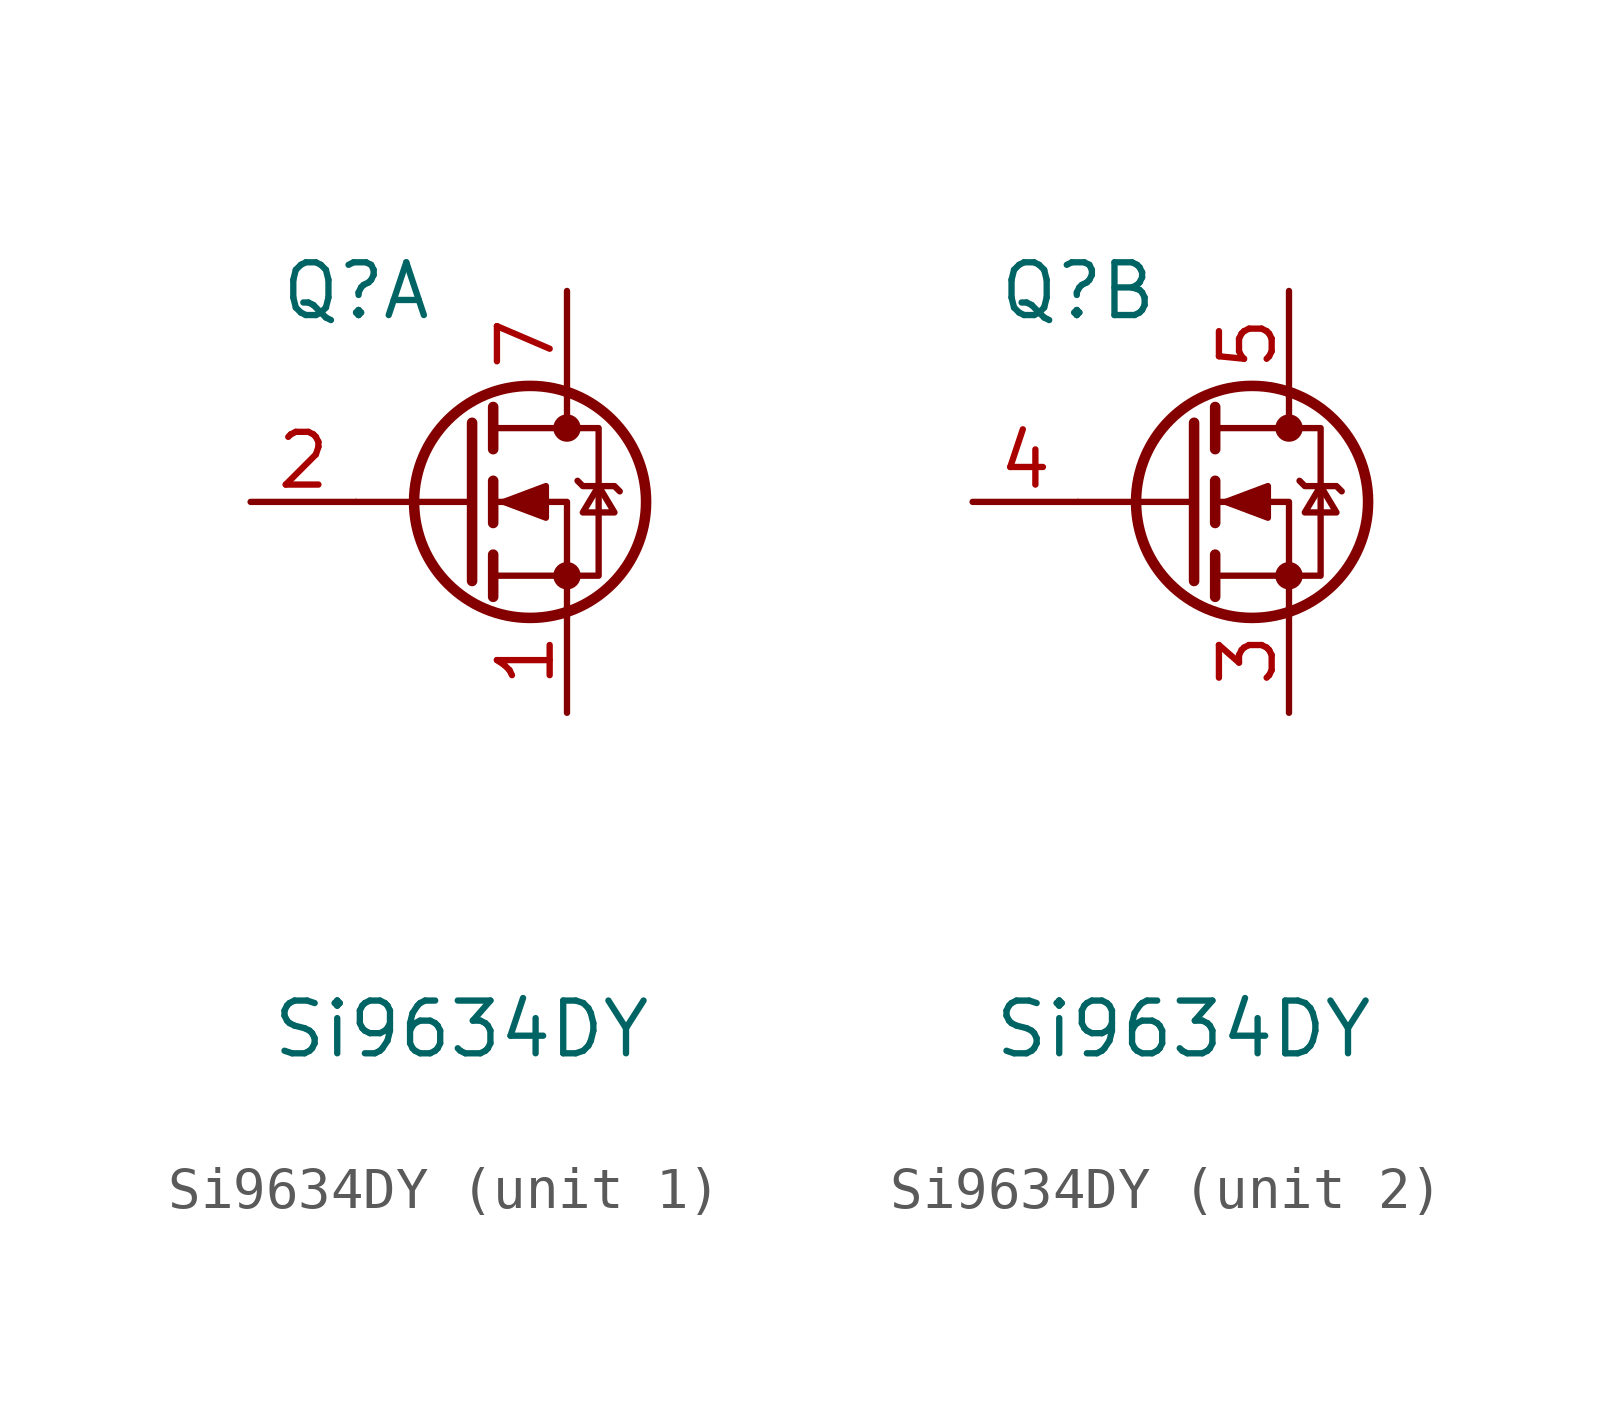
<source format=kicad_sym>
(kicad_symbol_lib
  (version 20220914)
  (generator kicad_symbol_editor)
  (symbol "Si9634DY"
    (pin_names hide)
    (property "Reference" "Q"
      (at -2.54 5.08 0)
      (effects (font (size 1.27 1.27))))
    (property "Value" "Si9634DY"
      (at 0 -12.7 0)
      (effects (font (size 1.27 1.27))))
    (symbol "Si9634DY_0_1"
      (polyline (pts (xy 0.254 0) (xy -2.54 0)) (stroke (width 0) (type default)) (fill (type none)))
      (polyline (pts (xy 0.254 1.905) (xy 0.254 -1.905)) (stroke (width 0.254) (type default)) (fill (type none)))
      (polyline (pts (xy 0.762 -1.27) (xy 0.762 -2.286)) (stroke (width 0.254) (type default)) (fill (type none)))
      (polyline (pts (xy 0.762 0.508) (xy 0.762 -0.508)) (stroke (width 0.254) (type default)) (fill (type none)))
      (polyline (pts (xy 0.762 2.286) (xy 0.762 1.27)) (stroke (width 0.254) (type default)) (fill (type none)))
      (polyline (pts (xy 2.54 2.54) (xy 2.54 1.778)) (stroke (width 0) (type default)) (fill (type none)))
      (polyline (pts (xy 2.54 -2.54) (xy 2.54 0) (xy 0.762 0)) (stroke (width 0) (type default)) (fill (type none)))
      (polyline (pts (xy 0.762 -1.778) (xy 3.302 -1.778) (xy 3.302 1.778) (xy 0.762 1.778)) (stroke (width 0) (type default)) (fill (type none)))
      (polyline (pts (xy 1.016 0) (xy 2.032 0.381) (xy 2.032 -0.381) (xy 1.016 0)) (stroke (width 0) (type default)) (fill (type outline)))
      (polyline (pts (xy 2.794 0.508) (xy 2.921 0.381) (xy 3.683 0.381) (xy 3.81 0.254)) (stroke (width 0) (type default)) (fill (type none)))
      (polyline (pts (xy 3.302 0.381) (xy 2.921 -0.254) (xy 3.683 -0.254) (xy 3.302 0.381)) (stroke (width 0) (type default)) (fill (type none)))
      (circle (center 1.651 0) (radius 2.794) (stroke (width 0.254) (type default)) (fill (type none)))
      (circle (center 2.54 -1.778) (radius 0.254) (stroke (width 0) (type default)) (fill (type outline)))
      (circle (center 2.54 1.778) (radius 0.254) (stroke (width 0) (type default)) (fill (type outline))))
    (symbol "Si9634DY_1_1"
      (pin passive line (at 2.54 -5.08 90) (length 2.54) (name "S" (effects (font (size 1.27 1.27)))) (number "1" (effects (font (size 1.27 1.27)))))
      (pin input line (at -5.08 0 0) (length 2.54) (name "G" (effects (font (size 1.27 1.27)))) (number "2" (effects (font (size 1.27 1.27)))))
      (pin passive line (at 2.54 5.08 270) (length 2.54) (name "D" (effects (font (size 1.27 1.27)))) (number "7" (effects (font (size 1.27 1.27)))))
      (pin passive line (at 2.54 5.08 270) (length 2.54) hide (name "D" (effects (font (size 1.27 1.27)))) (number "8" (effects (font (size 1.27 1.27))))))
    (symbol "Si9634DY_2_1"
      (pin passive line (at 2.54 -5.08 90) (length 2.54) (name "S" (effects (font (size 1.27 1.27)))) (number "3" (effects (font (size 1.27 1.27)))))
      (pin input line (at -5.08 0 0) (length 2.54) (name "G" (effects (font (size 1.27 1.27)))) (number "4" (effects (font (size 1.27 1.27)))))
      (pin passive line (at 2.54 5.08 270) (length 2.54) (name "D" (effects (font (size 1.27 1.27)))) (number "5" (effects (font (size 1.27 1.27)))))
      (pin passive line (at 2.54 5.08 270) (length 2.54) hide (name "D" (effects (font (size 1.27 1.27)))) (number "6" (effects (font (size 1.27 1.27))))))))
</source>
